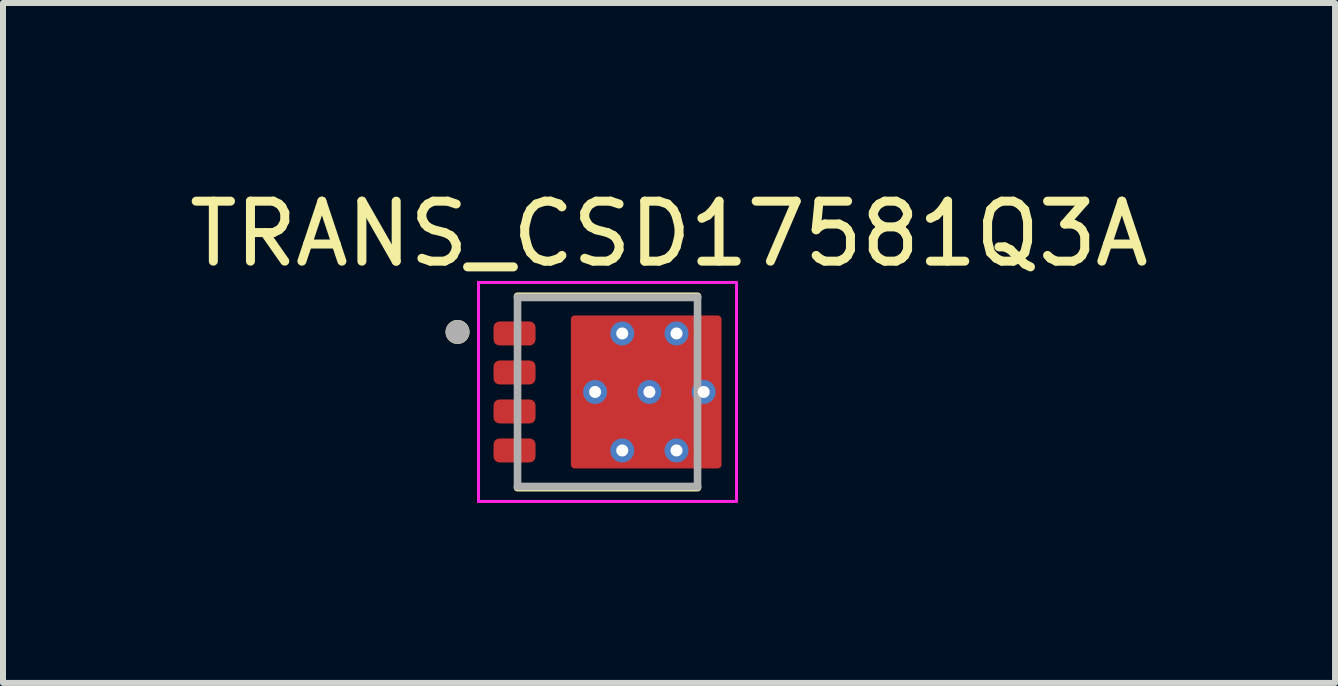
<source format=kicad_pcb>
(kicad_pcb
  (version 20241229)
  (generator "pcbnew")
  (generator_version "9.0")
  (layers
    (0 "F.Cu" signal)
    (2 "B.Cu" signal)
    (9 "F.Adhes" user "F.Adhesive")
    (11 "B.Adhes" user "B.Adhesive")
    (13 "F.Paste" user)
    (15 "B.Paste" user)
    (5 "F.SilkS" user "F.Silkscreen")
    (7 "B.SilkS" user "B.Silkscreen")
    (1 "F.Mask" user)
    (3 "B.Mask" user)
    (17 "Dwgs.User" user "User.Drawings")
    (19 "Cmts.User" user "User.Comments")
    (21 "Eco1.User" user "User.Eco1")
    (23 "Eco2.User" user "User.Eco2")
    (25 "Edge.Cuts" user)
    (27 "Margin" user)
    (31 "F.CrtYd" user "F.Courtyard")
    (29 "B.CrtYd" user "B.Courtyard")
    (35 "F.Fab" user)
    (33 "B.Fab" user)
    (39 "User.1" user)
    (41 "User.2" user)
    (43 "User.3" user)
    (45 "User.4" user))
  (footprint "TRANS_CSD17581Q3A"
    (layer "F.Cu")
    (at 7.076 3.483)
    (property "Reference" "TRANS_CSD17581Q3A" (at 1.025 -2.635 0) (layer "F.SilkS") (effects (font (size 1 1) (thickness 0.15))))
    (attr through_hole)
    (fp_poly (pts (xy -1.8 -1.125) (xy -1.3 -1.125) (xy -1.297 -1.125) (xy -1.295 -1.125) (xy -1.292 -1.124) (xy -1.29 -1.124) (xy -1.287 -1.123) (xy -1.285 -1.123) (xy -1.282 -1.122) (xy -1.28 -1.121) (xy -1.277 -1.12) (xy -1.275 -1.118) (xy -1.273 -1.117) (xy -1.271 -1.115) (xy -1.269 -1.114) (xy -1.267 -1.112) (xy -1.265 -1.11) (xy -1.263 -1.108) (xy -1.261 -1.106) (xy -1.26 -1.104) (xy -1.258 -1.102) (xy -1.257 -1.1) (xy -1.255 -1.098) (xy -1.254 -1.095) (xy -1.253 -1.093) (xy -1.252 -1.09) (xy -1.252 -1.088) (xy -1.251 -1.085) (xy -1.251 -1.083) (xy -1.25 -1.08) (xy -1.25 -1.078) (xy -1.25 -1.075) (xy -1.25 -0.875) (xy -1.25 -0.872) (xy -1.25 -0.87) (xy -1.251 -0.867) (xy -1.251 -0.865) (xy -1.252 -0.862) (xy -1.252 -0.86) (xy -1.253 -0.857) (xy -1.254 -0.855) (xy -1.255 -0.852) (xy -1.257 -0.85) (xy -1.258 -0.848) (xy -1.26 -0.846) (xy -1.261 -0.844) (xy -1.263 -0.842) (xy -1.265 -0.84) (xy -1.267 -0.838) (xy -1.269 -0.836) (xy -1.271 -0.835) (xy -1.273 -0.833) (xy -1.275 -0.832) (xy -1.277 -0.83) (xy -1.28 -0.829) (xy -1.282 -0.828) (xy -1.285 -0.827) (xy -1.287 -0.827) (xy -1.29 -0.826) (xy -1.292 -0.826) (xy -1.295 -0.825) (xy -1.297 -0.825) (xy -1.3 -0.825) (xy -1.8 -0.825) (xy -1.803 -0.825) (xy -1.805 -0.825) (xy -1.808 -0.826) (xy -1.81 -0.826) (xy -1.813 -0.827) (xy -1.815 -0.827) (xy -1.818 -0.828) (xy -1.82 -0.829) (xy -1.823 -0.83) (xy -1.825 -0.832) (xy -1.827 -0.833) (xy -1.829 -0.835) (xy -1.831 -0.836) (xy -1.833 -0.838) (xy -1.835 -0.84) (xy -1.837 -0.842) (xy -1.839 -0.844) (xy -1.84 -0.846) (xy -1.842 -0.848) (xy -1.843 -0.85) (xy -1.845 -0.852) (xy -1.846 -0.855) (xy -1.847 -0.857) (xy -1.848 -0.86) (xy -1.848 -0.862) (xy -1.849 -0.865) (xy -1.849 -0.867) (xy -1.85 -0.87) (xy -1.85 -0.872) (xy -1.85 -0.875) (xy -1.85 -1.075) (xy -1.85 -1.078) (xy -1.85 -1.08) (xy -1.849 -1.083) (xy -1.849 -1.085) (xy -1.848 -1.088) (xy -1.848 -1.09) (xy -1.847 -1.093) (xy -1.846 -1.095) (xy -1.845 -1.098) (xy -1.843 -1.1) (xy -1.842 -1.102) (xy -1.84 -1.104) (xy -1.839 -1.106) (xy -1.837 -1.108) (xy -1.835 -1.11) (xy -1.833 -1.112) (xy -1.831 -1.114) (xy -1.829 -1.115) (xy -1.827 -1.117) (xy -1.825 -1.118) (xy -1.823 -1.12) (xy -1.82 -1.121) (xy -1.818 -1.122) (xy -1.815 -1.123) (xy -1.813 -1.123) (xy -1.81 -1.124) (xy -1.808 -1.124) (xy -1.805 -1.125) (xy -1.803 -1.125) (xy -1.8 -1.125)) (stroke (width 0.01) (type solid)) (fill yes) (layer "F.Mask"))
    (fp_poly (pts (xy -1.8 -0.475) (xy -1.3 -0.475) (xy -1.297 -0.475) (xy -1.295 -0.475) (xy -1.292 -0.474) (xy -1.29 -0.474) (xy -1.287 -0.473) (xy -1.285 -0.473) (xy -1.282 -0.472) (xy -1.28 -0.471) (xy -1.277 -0.47) (xy -1.275 -0.468) (xy -1.273 -0.467) (xy -1.271 -0.465) (xy -1.269 -0.464) (xy -1.267 -0.462) (xy -1.265 -0.46) (xy -1.263 -0.458) (xy -1.261 -0.456) (xy -1.26 -0.454) (xy -1.258 -0.452) (xy -1.257 -0.45) (xy -1.255 -0.448) (xy -1.254 -0.445) (xy -1.253 -0.443) (xy -1.252 -0.44) (xy -1.252 -0.438) (xy -1.251 -0.435) (xy -1.251 -0.433) (xy -1.25 -0.43) (xy -1.25 -0.428) (xy -1.25 -0.425) (xy -1.25 -0.225) (xy -1.25 -0.222) (xy -1.25 -0.22) (xy -1.251 -0.217) (xy -1.251 -0.215) (xy -1.252 -0.212) (xy -1.252 -0.21) (xy -1.253 -0.207) (xy -1.254 -0.205) (xy -1.255 -0.202) (xy -1.257 -0.2) (xy -1.258 -0.198) (xy -1.26 -0.196) (xy -1.261 -0.194) (xy -1.263 -0.192) (xy -1.265 -0.19) (xy -1.267 -0.188) (xy -1.269 -0.186) (xy -1.271 -0.185) (xy -1.273 -0.183) (xy -1.275 -0.182) (xy -1.277 -0.18) (xy -1.28 -0.179) (xy -1.282 -0.178) (xy -1.285 -0.177) (xy -1.287 -0.177) (xy -1.29 -0.176) (xy -1.292 -0.176) (xy -1.295 -0.175) (xy -1.297 -0.175) (xy -1.3 -0.175) (xy -1.8 -0.175) (xy -1.803 -0.175) (xy -1.805 -0.175) (xy -1.808 -0.176) (xy -1.81 -0.176) (xy -1.813 -0.177) (xy -1.815 -0.177) (xy -1.818 -0.178) (xy -1.82 -0.179) (xy -1.823 -0.18) (xy -1.825 -0.182) (xy -1.827 -0.183) (xy -1.829 -0.185) (xy -1.831 -0.186) (xy -1.833 -0.188) (xy -1.835 -0.19) (xy -1.837 -0.192) (xy -1.839 -0.194) (xy -1.84 -0.196) (xy -1.842 -0.198) (xy -1.843 -0.2) (xy -1.845 -0.202) (xy -1.846 -0.205) (xy -1.847 -0.207) (xy -1.848 -0.21) (xy -1.848 -0.212) (xy -1.849 -0.215) (xy -1.849 -0.217) (xy -1.85 -0.22) (xy -1.85 -0.222) (xy -1.85 -0.225) (xy -1.85 -0.425) (xy -1.85 -0.428) (xy -1.85 -0.43) (xy -1.849 -0.433) (xy -1.849 -0.435) (xy -1.848 -0.438) (xy -1.848 -0.44) (xy -1.847 -0.443) (xy -1.846 -0.445) (xy -1.845 -0.448) (xy -1.843 -0.45) (xy -1.842 -0.452) (xy -1.84 -0.454) (xy -1.839 -0.456) (xy -1.837 -0.458) (xy -1.835 -0.46) (xy -1.833 -0.462) (xy -1.831 -0.464) (xy -1.829 -0.465) (xy -1.827 -0.467) (xy -1.825 -0.468) (xy -1.823 -0.47) (xy -1.82 -0.471) (xy -1.818 -0.472) (xy -1.815 -0.473) (xy -1.813 -0.473) (xy -1.81 -0.474) (xy -1.808 -0.474) (xy -1.805 -0.475) (xy -1.803 -0.475) (xy -1.8 -0.475)) (stroke (width 0.01) (type solid)) (fill yes) (layer "F.Mask"))
    (fp_poly (pts (xy -1.8 0.175) (xy -1.3 0.175) (xy -1.297 0.175) (xy -1.295 0.175) (xy -1.292 0.176) (xy -1.29 0.176) (xy -1.287 0.177) (xy -1.285 0.177) (xy -1.282 0.178) (xy -1.28 0.179) (xy -1.277 0.18) (xy -1.275 0.182) (xy -1.273 0.183) (xy -1.271 0.185) (xy -1.269 0.186) (xy -1.267 0.188) (xy -1.265 0.19) (xy -1.263 0.192) (xy -1.261 0.194) (xy -1.26 0.196) (xy -1.258 0.198) (xy -1.257 0.2) (xy -1.255 0.202) (xy -1.254 0.205) (xy -1.253 0.207) (xy -1.252 0.21) (xy -1.252 0.212) (xy -1.251 0.215) (xy -1.251 0.217) (xy -1.25 0.22) (xy -1.25 0.222) (xy -1.25 0.225) (xy -1.25 0.425) (xy -1.25 0.428) (xy -1.25 0.43) (xy -1.251 0.433) (xy -1.251 0.435) (xy -1.252 0.438) (xy -1.252 0.44) (xy -1.253 0.443) (xy -1.254 0.445) (xy -1.255 0.448) (xy -1.257 0.45) (xy -1.258 0.452) (xy -1.26 0.454) (xy -1.261 0.456) (xy -1.263 0.458) (xy -1.265 0.46) (xy -1.267 0.462) (xy -1.269 0.464) (xy -1.271 0.465) (xy -1.273 0.467) (xy -1.275 0.468) (xy -1.277 0.47) (xy -1.28 0.471) (xy -1.282 0.472) (xy -1.285 0.473) (xy -1.287 0.473) (xy -1.29 0.474) (xy -1.292 0.474) (xy -1.295 0.475) (xy -1.297 0.475) (xy -1.3 0.475) (xy -1.8 0.475) (xy -1.803 0.475) (xy -1.805 0.475) (xy -1.808 0.474) (xy -1.81 0.474) (xy -1.813 0.473) (xy -1.815 0.473) (xy -1.818 0.472) (xy -1.82 0.471) (xy -1.823 0.47) (xy -1.825 0.468) (xy -1.827 0.467) (xy -1.829 0.465) (xy -1.831 0.464) (xy -1.833 0.462) (xy -1.835 0.46) (xy -1.837 0.458) (xy -1.839 0.456) (xy -1.84 0.454) (xy -1.842 0.452) (xy -1.843 0.45) (xy -1.845 0.448) (xy -1.846 0.445) (xy -1.847 0.443) (xy -1.848 0.44) (xy -1.848 0.438) (xy -1.849 0.435) (xy -1.849 0.433) (xy -1.85 0.43) (xy -1.85 0.428) (xy -1.85 0.425) (xy -1.85 0.225) (xy -1.85 0.222) (xy -1.85 0.22) (xy -1.849 0.217) (xy -1.849 0.215) (xy -1.848 0.212) (xy -1.848 0.21) (xy -1.847 0.207) (xy -1.846 0.205) (xy -1.845 0.202) (xy -1.843 0.2) (xy -1.842 0.198) (xy -1.84 0.196) (xy -1.839 0.194) (xy -1.837 0.192) (xy -1.835 0.19) (xy -1.833 0.188) (xy -1.831 0.186) (xy -1.829 0.185) (xy -1.827 0.183) (xy -1.825 0.182) (xy -1.823 0.18) (xy -1.82 0.179) (xy -1.818 0.178) (xy -1.815 0.177) (xy -1.813 0.177) (xy -1.81 0.176) (xy -1.808 0.176) (xy -1.805 0.175) (xy -1.803 0.175) (xy -1.8 0.175)) (stroke (width 0.01) (type solid)) (fill yes) (layer "F.Mask"))
    (fp_poly (pts (xy -1.8 0.825) (xy -1.3 0.825) (xy -1.297 0.825) (xy -1.295 0.825) (xy -1.292 0.826) (xy -1.29 0.826) (xy -1.287 0.827) (xy -1.285 0.827) (xy -1.282 0.828) (xy -1.28 0.829) (xy -1.277 0.83) (xy -1.275 0.832) (xy -1.273 0.833) (xy -1.271 0.835) (xy -1.269 0.836) (xy -1.267 0.838) (xy -1.265 0.84) (xy -1.263 0.842) (xy -1.261 0.844) (xy -1.26 0.846) (xy -1.258 0.848) (xy -1.257 0.85) (xy -1.255 0.852) (xy -1.254 0.855) (xy -1.253 0.857) (xy -1.252 0.86) (xy -1.252 0.862) (xy -1.251 0.865) (xy -1.251 0.867) (xy -1.25 0.87) (xy -1.25 0.872) (xy -1.25 0.875) (xy -1.25 1.075) (xy -1.25 1.078) (xy -1.25 1.08) (xy -1.251 1.083) (xy -1.251 1.085) (xy -1.252 1.088) (xy -1.252 1.09) (xy -1.253 1.093) (xy -1.254 1.095) (xy -1.255 1.098) (xy -1.257 1.1) (xy -1.258 1.102) (xy -1.26 1.104) (xy -1.261 1.106) (xy -1.263 1.108) (xy -1.265 1.11) (xy -1.267 1.112) (xy -1.269 1.114) (xy -1.271 1.115) (xy -1.273 1.117) (xy -1.275 1.118) (xy -1.277 1.12) (xy -1.28 1.121) (xy -1.282 1.122) (xy -1.285 1.123) (xy -1.287 1.123) (xy -1.29 1.124) (xy -1.292 1.124) (xy -1.295 1.125) (xy -1.297 1.125) (xy -1.3 1.125) (xy -1.8 1.125) (xy -1.803 1.125) (xy -1.805 1.125) (xy -1.808 1.124) (xy -1.81 1.124) (xy -1.813 1.123) (xy -1.815 1.123) (xy -1.818 1.122) (xy -1.82 1.121) (xy -1.823 1.12) (xy -1.825 1.118) (xy -1.827 1.117) (xy -1.829 1.115) (xy -1.831 1.114) (xy -1.833 1.112) (xy -1.835 1.11) (xy -1.837 1.108) (xy -1.839 1.106) (xy -1.84 1.104) (xy -1.842 1.102) (xy -1.843 1.1) (xy -1.845 1.098) (xy -1.846 1.095) (xy -1.847 1.093) (xy -1.848 1.09) (xy -1.848 1.088) (xy -1.849 1.085) (xy -1.849 1.083) (xy -1.85 1.08) (xy -1.85 1.078) (xy -1.85 1.075) (xy -1.85 0.875) (xy -1.85 0.872) (xy -1.85 0.87) (xy -1.849 0.867) (xy -1.849 0.865) (xy -1.848 0.862) (xy -1.848 0.86) (xy -1.847 0.857) (xy -1.846 0.855) (xy -1.845 0.852) (xy -1.843 0.85) (xy -1.842 0.848) (xy -1.84 0.846) (xy -1.839 0.844) (xy -1.837 0.842) (xy -1.835 0.84) (xy -1.833 0.838) (xy -1.831 0.836) (xy -1.829 0.835) (xy -1.827 0.833) (xy -1.825 0.832) (xy -1.823 0.83) (xy -1.82 0.829) (xy -1.818 0.828) (xy -1.815 0.827) (xy -1.813 0.827) (xy -1.81 0.826) (xy -1.808 0.826) (xy -1.805 0.825) (xy -1.803 0.825) (xy -1.8 0.825)) (stroke (width 0.01) (type solid)) (fill yes) (layer "F.Mask"))
    (fp_poly (pts (xy 1.215 1.125) (xy 1.215 1.175) (xy 1.215 1.178) (xy 1.215 1.18) (xy 1.214 1.183) (xy 1.214 1.185) (xy 1.213 1.188) (xy 1.213 1.19) (xy 1.212 1.193) (xy 1.211 1.195) (xy 1.21 1.198) (xy 1.208 1.2) (xy 1.207 1.202) (xy 1.205 1.204) (xy 1.204 1.206) (xy 1.202 1.208) (xy 1.2 1.21) (xy 1.198 1.212) (xy 1.196 1.214) (xy 1.194 1.215) (xy 1.192 1.217) (xy 1.19 1.218) (xy 1.188 1.22) (xy 1.185 1.221) (xy 1.183 1.222) (xy 1.18 1.223) (xy 1.178 1.223) (xy 1.175 1.224) (xy 1.173 1.224) (xy 1.17 1.225) (xy 1.168 1.225) (xy 1.165 1.225) (xy -0.51 1.225) (xy -0.513 1.225) (xy -0.515 1.225) (xy -0.518 1.224) (xy -0.52 1.224) (xy -0.523 1.223) (xy -0.525 1.223) (xy -0.528 1.222) (xy -0.53 1.221) (xy -0.533 1.22) (xy -0.535 1.218) (xy -0.537 1.217) (xy -0.539 1.215) (xy -0.541 1.214) (xy -0.543 1.212) (xy -0.545 1.21) (xy -0.547 1.208) (xy -0.549 1.206) (xy -0.55 1.204) (xy -0.552 1.202) (xy -0.553 1.2) (xy -0.555 1.198) (xy -0.556 1.195) (xy -0.557 1.193) (xy -0.558 1.19) (xy -0.558 1.188) (xy -0.559 1.185) (xy -0.559 1.183) (xy -0.56 1.18) (xy -0.56 1.178) (xy -0.56 1.175) (xy -0.56 -1.175) (xy -0.56 -1.178) (xy -0.56 -1.18) (xy -0.559 -1.183) (xy -0.559 -1.185) (xy -0.558 -1.188) (xy -0.558 -1.19) (xy -0.557 -1.193) (xy -0.556 -1.195) (xy -0.555 -1.198) (xy -0.553 -1.2) (xy -0.552 -1.202) (xy -0.55 -1.204) (xy -0.549 -1.206) (xy -0.547 -1.208) (xy -0.545 -1.21) (xy -0.543 -1.212) (xy -0.541 -1.214) (xy -0.539 -1.215) (xy -0.537 -1.217) (xy -0.535 -1.218) (xy -0.533 -1.22) (xy -0.53 -1.221) (xy -0.528 -1.222) (xy -0.525 -1.223) (xy -0.523 -1.223) (xy -0.52 -1.224) (xy -0.518 -1.224) (xy -0.515 -1.225) (xy -0.513 -1.225) (xy -0.51 -1.225) (xy 1.165 -1.225) (xy 1.168 -1.225) (xy 1.17 -1.225) (xy 1.173 -1.224) (xy 1.175 -1.224) (xy 1.178 -1.223) (xy 1.18 -1.223) (xy 1.183 -1.222) (xy 1.185 -1.221) (xy 1.188 -1.22) (xy 1.19 -1.218) (xy 1.192 -1.217) (xy 1.194 -1.215) (xy 1.196 -1.214) (xy 1.198 -1.212) (xy 1.2 -1.21) (xy 1.202 -1.208) (xy 1.204 -1.206) (xy 1.205 -1.204) (xy 1.207 -1.202) (xy 1.208 -1.2) (xy 1.21 -1.198) (xy 1.211 -1.195) (xy 1.212 -1.193) (xy 1.213 -1.19) (xy 1.213 -1.188) (xy 1.214 -1.185) (xy 1.214 -1.183) (xy 1.215 -1.18) (xy 1.215 -1.178) (xy 1.215 -1.175) (xy 1.215 -1.125) (xy 1.8 -1.125) (xy 1.803 -1.125) (xy 1.805 -1.125) (xy 1.808 -1.124) (xy 1.81 -1.124) (xy 1.813 -1.123) (xy 1.815 -1.123) (xy 1.818 -1.122) (xy 1.82 -1.121) (xy 1.823 -1.12) (xy 1.825 -1.118) (xy 1.827 -1.117) (xy 1.829 -1.115) (xy 1.831 -1.114) (xy 1.833 -1.112) (xy 1.835 -1.11) (xy 1.837 -1.108) (xy 1.839 -1.106) (xy 1.84 -1.104) (xy 1.842 -1.102) (xy 1.843 -1.1) (xy 1.845 -1.098) (xy 1.846 -1.095) (xy 1.847 -1.093) (xy 1.848 -1.09) (xy 1.848 -1.088) (xy 1.849 -1.085) (xy 1.849 -1.083) (xy 1.85 -1.08) (xy 1.85 -1.078) (xy 1.85 -1.075) (xy 1.85 -0.875) (xy 1.85 -0.872) (xy 1.85 -0.87) (xy 1.849 -0.867) (xy 1.849 -0.865) (xy 1.848 -0.862) (xy 1.848 -0.86) (xy 1.847 -0.857) (xy 1.846 -0.855) (xy 1.845 -0.852) (xy 1.843 -0.85) (xy 1.842 -0.848) (xy 1.84 -0.846) (xy 1.839 -0.844) (xy 1.837 -0.842) (xy 1.835 -0.84) (xy 1.833 -0.838) (xy 1.831 -0.836) (xy 1.829 -0.835) (xy 1.827 -0.833) (xy 1.825 -0.832) (xy 1.823 -0.83) (xy 1.82 -0.829) (xy 1.818 -0.828) (xy 1.815 -0.827) (xy 1.813 -0.827) (xy 1.81 -0.826) (xy 1.808 -0.826) (xy 1.805 -0.825) (xy 1.803 -0.825) (xy 1.8 -0.825) (xy 1.215 -0.825) (xy 1.215 -0.475) (xy 1.8 -0.475) (xy 1.803 -0.475) (xy 1.805 -0.475) (xy 1.808 -0.474) (xy 1.81 -0.474) (xy 1.813 -0.473) (xy 1.815 -0.473) (xy 1.818 -0.472) (xy 1.82 -0.471) (xy 1.823 -0.47) (xy 1.825 -0.468) (xy 1.827 -0.467) (xy 1.829 -0.465) (xy 1.831 -0.464) (xy 1.833 -0.462) (xy 1.835 -0.46) (xy 1.837 -0.458) (xy 1.839 -0.456) (xy 1.84 -0.454) (xy 1.842 -0.452) (xy 1.843 -0.45) (xy 1.845 -0.448) (xy 1.846 -0.445) (xy 1.847 -0.443) (xy 1.848 -0.44) (xy 1.848 -0.438) (xy 1.849 -0.435) (xy 1.849 -0.433) (xy 1.85 -0.43) (xy 1.85 -0.428) (xy 1.85 -0.425) (xy 1.85 -0.225) (xy 1.85 -0.222) (xy 1.85 -0.22) (xy 1.849 -0.217) (xy 1.849 -0.215) (xy 1.848 -0.212) (xy 1.848 -0.21) (xy 1.847 -0.207) (xy 1.846 -0.205) (xy 1.845 -0.202) (xy 1.843 -0.2) (xy 1.842 -0.198) (xy 1.84 -0.196) (xy 1.839 -0.194) (xy 1.837 -0.192) (xy 1.835 -0.19) (xy 1.833 -0.188) (xy 1.831 -0.186) (xy 1.829 -0.185) (xy 1.827 -0.183) (xy 1.825 -0.182) (xy 1.823 -0.18) (xy 1.82 -0.179) (xy 1.818 -0.178) (xy 1.815 -0.177) (xy 1.813 -0.177) (xy 1.81 -0.176) (xy 1.808 -0.176) (xy 1.805 -0.175) (xy 1.803 -0.175) (xy 1.8 -0.175) (xy 1.215 -0.175) (xy 1.215 0.175) (xy 1.8 0.175) (xy 1.803 0.175) (xy 1.805 0.175) (xy 1.808 0.176) (xy 1.81 0.176) (xy 1.813 0.177) (xy 1.815 0.177) (xy 1.818 0.178) (xy 1.82 0.179) (xy 1.823 0.18) (xy 1.825 0.182) (xy 1.827 0.183) (xy 1.829 0.185) (xy 1.831 0.186) (xy 1.833 0.188) (xy 1.835 0.19) (xy 1.837 0.192) (xy 1.839 0.194) (xy 1.84 0.196) (xy 1.842 0.198) (xy 1.843 0.2) (xy 1.845 0.202) (xy 1.846 0.205) (xy 1.847 0.207) (xy 1.848 0.21) (xy 1.848 0.212) (xy 1.849 0.215) (xy 1.849 0.217) (xy 1.85 0.22) (xy 1.85 0.222) (xy 1.85 0.225) (xy 1.85 0.425) (xy 1.85 0.428) (xy 1.85 0.43) (xy 1.849 0.433) (xy 1.849 0.435) (xy 1.848 0.438) (xy 1.848 0.44) (xy 1.847 0.443) (xy 1.846 0.445) (xy 1.845 0.448) (xy 1.843 0.45) (xy 1.842 0.452) (xy 1.84 0.454) (xy 1.839 0.456) (xy 1.837 0.458) (xy 1.835 0.46) (xy 1.833 0.462) (xy 1.831 0.464) (xy 1.829 0.465) (xy 1.827 0.467) (xy 1.825 0.468) (xy 1.823 0.47) (xy 1.82 0.471) (xy 1.818 0.472) (xy 1.815 0.473) (xy 1.813 0.473) (xy 1.81 0.474) (xy 1.808 0.474) (xy 1.805 0.475) (xy 1.803 0.475) (xy 1.8 0.475) (xy 1.215 0.475) (xy 1.215 0.825) (xy 1.8 0.825) (xy 1.803 0.825) (xy 1.805 0.825) (xy 1.808 0.826) (xy 1.81 0.826) (xy 1.813 0.827) (xy 1.815 0.827) (xy 1.818 0.828) (xy 1.82 0.829) (xy 1.823 0.83) (xy 1.825 0.832) (xy 1.827 0.833) (xy 1.829 0.835) (xy 1.831 0.836) (xy 1.833 0.838) (xy 1.835 0.84) (xy 1.837 0.842) (xy 1.839 0.844) (xy 1.84 0.846) (xy 1.842 0.848) (xy 1.843 0.85) (xy 1.845 0.852) (xy 1.846 0.855) (xy 1.847 0.857) (xy 1.848 0.86) (xy 1.848 0.862) (xy 1.849 0.865) (xy 1.849 0.867) (xy 1.85 0.87) (xy 1.85 0.872) (xy 1.85 0.875) (xy 1.85 1.075) (xy 1.85 1.078) (xy 1.85 1.08) (xy 1.849 1.083) (xy 1.849 1.085) (xy 1.848 1.088) (xy 1.848 1.09) (xy 1.847 1.093) (xy 1.846 1.095) (xy 1.845 1.098) (xy 1.843 1.1) (xy 1.842 1.102) (xy 1.84 1.104) (xy 1.839 1.106) (xy 1.837 1.108) (xy 1.835 1.11) (xy 1.833 1.112) (xy 1.831 1.114) (xy 1.829 1.115) (xy 1.827 1.117) (xy 1.825 1.118) (xy 1.823 1.12) (xy 1.82 1.121) (xy 1.818 1.122) (xy 1.815 1.123) (xy 1.813 1.123) (xy 1.81 1.124) (xy 1.808 1.124) (xy 1.805 1.125) (xy 1.803 1.125) (xy 1.8 1.125) (xy 1.215 1.125)) (stroke (width 0.01) (type solid)) (fill yes) (layer "F.Mask"))
    (fp_line (start -1.5 -1.595) (end 1.5 -1.595) (stroke (width 0.127) (type solid)) (layer "F.SilkS"))
    (fp_line (start 1.5 1.595) (end -1.5 1.595) (stroke (width 0.127) (type solid)) (layer "F.SilkS"))
    (fp_circle (center -2.5 -1) (end -2.4 -1) (stroke (width 0.2) (type solid)) (fill no) (layer "F.SilkS"))
    (fp_poly (pts (xy -1.8 -1.125) (xy -1.3 -1.125) (xy -1.297 -1.125) (xy -1.295 -1.125) (xy -1.292 -1.124) (xy -1.29 -1.124) (xy -1.287 -1.123) (xy -1.285 -1.123) (xy -1.282 -1.122) (xy -1.28 -1.121) (xy -1.277 -1.12) (xy -1.275 -1.118) (xy -1.273 -1.117) (xy -1.271 -1.115) (xy -1.269 -1.114) (xy -1.267 -1.112) (xy -1.265 -1.11) (xy -1.263 -1.108) (xy -1.261 -1.106) (xy -1.26 -1.104) (xy -1.258 -1.102) (xy -1.257 -1.1) (xy -1.255 -1.098) (xy -1.254 -1.095) (xy -1.253 -1.093) (xy -1.252 -1.09) (xy -1.252 -1.088) (xy -1.251 -1.085) (xy -1.251 -1.083) (xy -1.25 -1.08) (xy -1.25 -1.078) (xy -1.25 -1.075) (xy -1.25 -0.875) (xy -1.25 -0.872) (xy -1.25 -0.87) (xy -1.251 -0.867) (xy -1.251 -0.865) (xy -1.252 -0.862) (xy -1.252 -0.86) (xy -1.253 -0.857) (xy -1.254 -0.855) (xy -1.255 -0.852) (xy -1.257 -0.85) (xy -1.258 -0.848) (xy -1.26 -0.846) (xy -1.261 -0.844) (xy -1.263 -0.842) (xy -1.265 -0.84) (xy -1.267 -0.838) (xy -1.269 -0.836) (xy -1.271 -0.835) (xy -1.273 -0.833) (xy -1.275 -0.832) (xy -1.277 -0.83) (xy -1.28 -0.829) (xy -1.282 -0.828) (xy -1.285 -0.827) (xy -1.287 -0.827) (xy -1.29 -0.826) (xy -1.292 -0.826) (xy -1.295 -0.825) (xy -1.297 -0.825) (xy -1.3 -0.825) (xy -1.8 -0.825) (xy -1.803 -0.825) (xy -1.805 -0.825) (xy -1.808 -0.826) (xy -1.81 -0.826) (xy -1.813 -0.827) (xy -1.815 -0.827) (xy -1.818 -0.828) (xy -1.82 -0.829) (xy -1.823 -0.83) (xy -1.825 -0.832) (xy -1.827 -0.833) (xy -1.829 -0.835) (xy -1.831 -0.836) (xy -1.833 -0.838) (xy -1.835 -0.84) (xy -1.837 -0.842) (xy -1.839 -0.844) (xy -1.84 -0.846) (xy -1.842 -0.848) (xy -1.843 -0.85) (xy -1.845 -0.852) (xy -1.846 -0.855) (xy -1.847 -0.857) (xy -1.848 -0.86) (xy -1.848 -0.862) (xy -1.849 -0.865) (xy -1.849 -0.867) (xy -1.85 -0.87) (xy -1.85 -0.872) (xy -1.85 -0.875) (xy -1.85 -1.075) (xy -1.85 -1.078) (xy -1.85 -1.08) (xy -1.849 -1.083) (xy -1.849 -1.085) (xy -1.848 -1.088) (xy -1.848 -1.09) (xy -1.847 -1.093) (xy -1.846 -1.095) (xy -1.845 -1.098) (xy -1.843 -1.1) (xy -1.842 -1.102) (xy -1.84 -1.104) (xy -1.839 -1.106) (xy -1.837 -1.108) (xy -1.835 -1.11) (xy -1.833 -1.112) (xy -1.831 -1.114) (xy -1.829 -1.115) (xy -1.827 -1.117) (xy -1.825 -1.118) (xy -1.823 -1.12) (xy -1.82 -1.121) (xy -1.818 -1.122) (xy -1.815 -1.123) (xy -1.813 -1.123) (xy -1.81 -1.124) (xy -1.808 -1.124) (xy -1.805 -1.125) (xy -1.803 -1.125) (xy -1.8 -1.125)) (stroke (width 0.01) (type solid)) (fill yes) (layer "F.Paste"))
    (fp_poly (pts (xy -1.8 -0.475) (xy -1.3 -0.475) (xy -1.297 -0.475) (xy -1.295 -0.475) (xy -1.292 -0.474) (xy -1.29 -0.474) (xy -1.287 -0.473) (xy -1.285 -0.473) (xy -1.282 -0.472) (xy -1.28 -0.471) (xy -1.277 -0.47) (xy -1.275 -0.468) (xy -1.273 -0.467) (xy -1.271 -0.465) (xy -1.269 -0.464) (xy -1.267 -0.462) (xy -1.265 -0.46) (xy -1.263 -0.458) (xy -1.261 -0.456) (xy -1.26 -0.454) (xy -1.258 -0.452) (xy -1.257 -0.45) (xy -1.255 -0.448) (xy -1.254 -0.445) (xy -1.253 -0.443) (xy -1.252 -0.44) (xy -1.252 -0.438) (xy -1.251 -0.435) (xy -1.251 -0.433) (xy -1.25 -0.43) (xy -1.25 -0.428) (xy -1.25 -0.425) (xy -1.25 -0.225) (xy -1.25 -0.222) (xy -1.25 -0.22) (xy -1.251 -0.217) (xy -1.251 -0.215) (xy -1.252 -0.212) (xy -1.252 -0.21) (xy -1.253 -0.207) (xy -1.254 -0.205) (xy -1.255 -0.202) (xy -1.257 -0.2) (xy -1.258 -0.198) (xy -1.26 -0.196) (xy -1.261 -0.194) (xy -1.263 -0.192) (xy -1.265 -0.19) (xy -1.267 -0.188) (xy -1.269 -0.186) (xy -1.271 -0.185) (xy -1.273 -0.183) (xy -1.275 -0.182) (xy -1.277 -0.18) (xy -1.28 -0.179) (xy -1.282 -0.178) (xy -1.285 -0.177) (xy -1.287 -0.177) (xy -1.29 -0.176) (xy -1.292 -0.176) (xy -1.295 -0.175) (xy -1.297 -0.175) (xy -1.3 -0.175) (xy -1.8 -0.175) (xy -1.803 -0.175) (xy -1.805 -0.175) (xy -1.808 -0.176) (xy -1.81 -0.176) (xy -1.813 -0.177) (xy -1.815 -0.177) (xy -1.818 -0.178) (xy -1.82 -0.179) (xy -1.823 -0.18) (xy -1.825 -0.182) (xy -1.827 -0.183) (xy -1.829 -0.185) (xy -1.831 -0.186) (xy -1.833 -0.188) (xy -1.835 -0.19) (xy -1.837 -0.192) (xy -1.839 -0.194) (xy -1.84 -0.196) (xy -1.842 -0.198) (xy -1.843 -0.2) (xy -1.845 -0.202) (xy -1.846 -0.205) (xy -1.847 -0.207) (xy -1.848 -0.21) (xy -1.848 -0.212) (xy -1.849 -0.215) (xy -1.849 -0.217) (xy -1.85 -0.22) (xy -1.85 -0.222) (xy -1.85 -0.225) (xy -1.85 -0.425) (xy -1.85 -0.428) (xy -1.85 -0.43) (xy -1.849 -0.433) (xy -1.849 -0.435) (xy -1.848 -0.438) (xy -1.848 -0.44) (xy -1.847 -0.443) (xy -1.846 -0.445) (xy -1.845 -0.448) (xy -1.843 -0.45) (xy -1.842 -0.452) (xy -1.84 -0.454) (xy -1.839 -0.456) (xy -1.837 -0.458) (xy -1.835 -0.46) (xy -1.833 -0.462) (xy -1.831 -0.464) (xy -1.829 -0.465) (xy -1.827 -0.467) (xy -1.825 -0.468) (xy -1.823 -0.47) (xy -1.82 -0.471) (xy -1.818 -0.472) (xy -1.815 -0.473) (xy -1.813 -0.473) (xy -1.81 -0.474) (xy -1.808 -0.474) (xy -1.805 -0.475) (xy -1.803 -0.475) (xy -1.8 -0.475)) (stroke (width 0.01) (type solid)) (fill yes) (layer "F.Paste"))
    (fp_poly (pts (xy -1.8 0.175) (xy -1.3 0.175) (xy -1.297 0.175) (xy -1.295 0.175) (xy -1.292 0.176) (xy -1.29 0.176) (xy -1.287 0.177) (xy -1.285 0.177) (xy -1.282 0.178) (xy -1.28 0.179) (xy -1.277 0.18) (xy -1.275 0.182) (xy -1.273 0.183) (xy -1.271 0.185) (xy -1.269 0.186) (xy -1.267 0.188) (xy -1.265 0.19) (xy -1.263 0.192) (xy -1.261 0.194) (xy -1.26 0.196) (xy -1.258 0.198) (xy -1.257 0.2) (xy -1.255 0.202) (xy -1.254 0.205) (xy -1.253 0.207) (xy -1.252 0.21) (xy -1.252 0.212) (xy -1.251 0.215) (xy -1.251 0.217) (xy -1.25 0.22) (xy -1.25 0.222) (xy -1.25 0.225) (xy -1.25 0.425) (xy -1.25 0.428) (xy -1.25 0.43) (xy -1.251 0.433) (xy -1.251 0.435) (xy -1.252 0.438) (xy -1.252 0.44) (xy -1.253 0.443) (xy -1.254 0.445) (xy -1.255 0.448) (xy -1.257 0.45) (xy -1.258 0.452) (xy -1.26 0.454) (xy -1.261 0.456) (xy -1.263 0.458) (xy -1.265 0.46) (xy -1.267 0.462) (xy -1.269 0.464) (xy -1.271 0.465) (xy -1.273 0.467) (xy -1.275 0.468) (xy -1.277 0.47) (xy -1.28 0.471) (xy -1.282 0.472) (xy -1.285 0.473) (xy -1.287 0.473) (xy -1.29 0.474) (xy -1.292 0.474) (xy -1.295 0.475) (xy -1.297 0.475) (xy -1.3 0.475) (xy -1.8 0.475) (xy -1.803 0.475) (xy -1.805 0.475) (xy -1.808 0.474) (xy -1.81 0.474) (xy -1.813 0.473) (xy -1.815 0.473) (xy -1.818 0.472) (xy -1.82 0.471) (xy -1.823 0.47) (xy -1.825 0.468) (xy -1.827 0.467) (xy -1.829 0.465) (xy -1.831 0.464) (xy -1.833 0.462) (xy -1.835 0.46) (xy -1.837 0.458) (xy -1.839 0.456) (xy -1.84 0.454) (xy -1.842 0.452) (xy -1.843 0.45) (xy -1.845 0.448) (xy -1.846 0.445) (xy -1.847 0.443) (xy -1.848 0.44) (xy -1.848 0.438) (xy -1.849 0.435) (xy -1.849 0.433) (xy -1.85 0.43) (xy -1.85 0.428) (xy -1.85 0.425) (xy -1.85 0.225) (xy -1.85 0.222) (xy -1.85 0.22) (xy -1.849 0.217) (xy -1.849 0.215) (xy -1.848 0.212) (xy -1.848 0.21) (xy -1.847 0.207) (xy -1.846 0.205) (xy -1.845 0.202) (xy -1.843 0.2) (xy -1.842 0.198) (xy -1.84 0.196) (xy -1.839 0.194) (xy -1.837 0.192) (xy -1.835 0.19) (xy -1.833 0.188) (xy -1.831 0.186) (xy -1.829 0.185) (xy -1.827 0.183) (xy -1.825 0.182) (xy -1.823 0.18) (xy -1.82 0.179) (xy -1.818 0.178) (xy -1.815 0.177) (xy -1.813 0.177) (xy -1.81 0.176) (xy -1.808 0.176) (xy -1.805 0.175) (xy -1.803 0.175) (xy -1.8 0.175)) (stroke (width 0.01) (type solid)) (fill yes) (layer "F.Paste"))
    (fp_poly (pts (xy -1.8 0.825) (xy -1.3 0.825) (xy -1.297 0.825) (xy -1.295 0.825) (xy -1.292 0.826) (xy -1.29 0.826) (xy -1.287 0.827) (xy -1.285 0.827) (xy -1.282 0.828) (xy -1.28 0.829) (xy -1.277 0.83) (xy -1.275 0.832) (xy -1.273 0.833) (xy -1.271 0.835) (xy -1.269 0.836) (xy -1.267 0.838) (xy -1.265 0.84) (xy -1.263 0.842) (xy -1.261 0.844) (xy -1.26 0.846) (xy -1.258 0.848) (xy -1.257 0.85) (xy -1.255 0.852) (xy -1.254 0.855) (xy -1.253 0.857) (xy -1.252 0.86) (xy -1.252 0.862) (xy -1.251 0.865) (xy -1.251 0.867) (xy -1.25 0.87) (xy -1.25 0.872) (xy -1.25 0.875) (xy -1.25 1.075) (xy -1.25 1.078) (xy -1.25 1.08) (xy -1.251 1.083) (xy -1.251 1.085) (xy -1.252 1.088) (xy -1.252 1.09) (xy -1.253 1.093) (xy -1.254 1.095) (xy -1.255 1.098) (xy -1.257 1.1) (xy -1.258 1.102) (xy -1.26 1.104) (xy -1.261 1.106) (xy -1.263 1.108) (xy -1.265 1.11) (xy -1.267 1.112) (xy -1.269 1.114) (xy -1.271 1.115) (xy -1.273 1.117) (xy -1.275 1.118) (xy -1.277 1.12) (xy -1.28 1.121) (xy -1.282 1.122) (xy -1.285 1.123) (xy -1.287 1.123) (xy -1.29 1.124) (xy -1.292 1.124) (xy -1.295 1.125) (xy -1.297 1.125) (xy -1.3 1.125) (xy -1.8 1.125) (xy -1.803 1.125) (xy -1.805 1.125) (xy -1.808 1.124) (xy -1.81 1.124) (xy -1.813 1.123) (xy -1.815 1.123) (xy -1.818 1.122) (xy -1.82 1.121) (xy -1.823 1.12) (xy -1.825 1.118) (xy -1.827 1.117) (xy -1.829 1.115) (xy -1.831 1.114) (xy -1.833 1.112) (xy -1.835 1.11) (xy -1.837 1.108) (xy -1.839 1.106) (xy -1.84 1.104) (xy -1.842 1.102) (xy -1.843 1.1) (xy -1.845 1.098) (xy -1.846 1.095) (xy -1.847 1.093) (xy -1.848 1.09) (xy -1.848 1.088) (xy -1.849 1.085) (xy -1.849 1.083) (xy -1.85 1.08) (xy -1.85 1.078) (xy -1.85 1.075) (xy -1.85 0.875) (xy -1.85 0.872) (xy -1.85 0.87) (xy -1.849 0.867) (xy -1.849 0.865) (xy -1.848 0.862) (xy -1.848 0.86) (xy -1.847 0.857) (xy -1.846 0.855) (xy -1.845 0.852) (xy -1.843 0.85) (xy -1.842 0.848) (xy -1.84 0.846) (xy -1.839 0.844) (xy -1.837 0.842) (xy -1.835 0.84) (xy -1.833 0.838) (xy -1.831 0.836) (xy -1.829 0.835) (xy -1.827 0.833) (xy -1.825 0.832) (xy -1.823 0.83) (xy -1.82 0.829) (xy -1.818 0.828) (xy -1.815 0.827) (xy -1.813 0.827) (xy -1.81 0.826) (xy -1.808 0.826) (xy -1.805 0.825) (xy -1.803 0.825) (xy -1.8 0.825)) (stroke (width 0.01) (type solid)) (fill yes) (layer "F.Paste"))
    (fp_poly (pts (xy 1.3 -1.125) (xy 1.8 -1.125) (xy 1.803 -1.125) (xy 1.805 -1.125) (xy 1.808 -1.124) (xy 1.81 -1.124) (xy 1.813 -1.123) (xy 1.815 -1.123) (xy 1.818 -1.122) (xy 1.82 -1.121) (xy 1.823 -1.12) (xy 1.825 -1.118) (xy 1.827 -1.117) (xy 1.829 -1.115) (xy 1.831 -1.114) (xy 1.833 -1.112) (xy 1.835 -1.11) (xy 1.837 -1.108) (xy 1.839 -1.106) (xy 1.84 -1.104) (xy 1.842 -1.102) (xy 1.843 -1.1) (xy 1.845 -1.098) (xy 1.846 -1.095) (xy 1.847 -1.093) (xy 1.848 -1.09) (xy 1.848 -1.088) (xy 1.849 -1.085) (xy 1.849 -1.083) (xy 1.85 -1.08) (xy 1.85 -1.078) (xy 1.85 -1.075) (xy 1.85 -0.875) (xy 1.85 -0.872) (xy 1.85 -0.87) (xy 1.849 -0.867) (xy 1.849 -0.865) (xy 1.848 -0.862) (xy 1.848 -0.86) (xy 1.847 -0.857) (xy 1.846 -0.855) (xy 1.845 -0.852) (xy 1.843 -0.85) (xy 1.842 -0.848) (xy 1.84 -0.846) (xy 1.839 -0.844) (xy 1.837 -0.842) (xy 1.835 -0.84) (xy 1.833 -0.838) (xy 1.831 -0.836) (xy 1.829 -0.835) (xy 1.827 -0.833) (xy 1.825 -0.832) (xy 1.823 -0.83) (xy 1.82 -0.829) (xy 1.818 -0.828) (xy 1.815 -0.827) (xy 1.813 -0.827) (xy 1.81 -0.826) (xy 1.808 -0.826) (xy 1.805 -0.825) (xy 1.803 -0.825) (xy 1.8 -0.825) (xy 1.3 -0.825) (xy 1.297 -0.825) (xy 1.295 -0.825) (xy 1.292 -0.826) (xy 1.29 -0.826) (xy 1.287 -0.827) (xy 1.285 -0.827) (xy 1.282 -0.828) (xy 1.28 -0.829) (xy 1.277 -0.83) (xy 1.275 -0.832) (xy 1.273 -0.833) (xy 1.271 -0.835) (xy 1.269 -0.836) (xy 1.267 -0.838) (xy 1.265 -0.84) (xy 1.263 -0.842) (xy 1.261 -0.844) (xy 1.26 -0.846) (xy 1.258 -0.848) (xy 1.257 -0.85) (xy 1.255 -0.852) (xy 1.254 -0.855) (xy 1.253 -0.857) (xy 1.252 -0.86) (xy 1.252 -0.862) (xy 1.251 -0.865) (xy 1.251 -0.867) (xy 1.25 -0.87) (xy 1.25 -0.872) (xy 1.25 -0.875) (xy 1.25 -1.075) (xy 1.25 -1.078) (xy 1.25 -1.08) (xy 1.251 -1.083) (xy 1.251 -1.085) (xy 1.252 -1.088) (xy 1.252 -1.09) (xy 1.253 -1.093) (xy 1.254 -1.095) (xy 1.255 -1.098) (xy 1.257 -1.1) (xy 1.258 -1.102) (xy 1.26 -1.104) (xy 1.261 -1.106) (xy 1.263 -1.108) (xy 1.265 -1.11) (xy 1.267 -1.112) (xy 1.269 -1.114) (xy 1.271 -1.115) (xy 1.273 -1.117) (xy 1.275 -1.118) (xy 1.277 -1.12) (xy 1.28 -1.121) (xy 1.282 -1.122) (xy 1.285 -1.123) (xy 1.287 -1.123) (xy 1.29 -1.124) (xy 1.292 -1.124) (xy 1.295 -1.125) (xy 1.297 -1.125) (xy 1.3 -1.125)) (stroke (width 0.01) (type solid)) (fill yes) (layer "F.Paste"))
    (fp_poly (pts (xy 1.3 -0.475) (xy 1.8 -0.475) (xy 1.803 -0.475) (xy 1.805 -0.475) (xy 1.808 -0.474) (xy 1.81 -0.474) (xy 1.813 -0.473) (xy 1.815 -0.473) (xy 1.818 -0.472) (xy 1.82 -0.471) (xy 1.823 -0.47) (xy 1.825 -0.468) (xy 1.827 -0.467) (xy 1.829 -0.465) (xy 1.831 -0.464) (xy 1.833 -0.462) (xy 1.835 -0.46) (xy 1.837 -0.458) (xy 1.839 -0.456) (xy 1.84 -0.454) (xy 1.842 -0.452) (xy 1.843 -0.45) (xy 1.845 -0.448) (xy 1.846 -0.445) (xy 1.847 -0.443) (xy 1.848 -0.44) (xy 1.848 -0.438) (xy 1.849 -0.435) (xy 1.849 -0.433) (xy 1.85 -0.43) (xy 1.85 -0.428) (xy 1.85 -0.425) (xy 1.85 -0.225) (xy 1.85 -0.222) (xy 1.85 -0.22) (xy 1.849 -0.217) (xy 1.849 -0.215) (xy 1.848 -0.212) (xy 1.848 -0.21) (xy 1.847 -0.207) (xy 1.846 -0.205) (xy 1.845 -0.202) (xy 1.843 -0.2) (xy 1.842 -0.198) (xy 1.84 -0.196) (xy 1.839 -0.194) (xy 1.837 -0.192) (xy 1.835 -0.19) (xy 1.833 -0.188) (xy 1.831 -0.186) (xy 1.829 -0.185) (xy 1.827 -0.183) (xy 1.825 -0.182) (xy 1.823 -0.18) (xy 1.82 -0.179) (xy 1.818 -0.178) (xy 1.815 -0.177) (xy 1.813 -0.177) (xy 1.81 -0.176) (xy 1.808 -0.176) (xy 1.805 -0.175) (xy 1.803 -0.175) (xy 1.8 -0.175) (xy 1.3 -0.175) (xy 1.297 -0.175) (xy 1.295 -0.175) (xy 1.292 -0.176) (xy 1.29 -0.176) (xy 1.287 -0.177) (xy 1.285 -0.177) (xy 1.282 -0.178) (xy 1.28 -0.179) (xy 1.277 -0.18) (xy 1.275 -0.182) (xy 1.273 -0.183) (xy 1.271 -0.185) (xy 1.269 -0.186) (xy 1.267 -0.188) (xy 1.265 -0.19) (xy 1.263 -0.192) (xy 1.261 -0.194) (xy 1.26 -0.196) (xy 1.258 -0.198) (xy 1.257 -0.2) (xy 1.255 -0.202) (xy 1.254 -0.205) (xy 1.253 -0.207) (xy 1.252 -0.21) (xy 1.252 -0.212) (xy 1.251 -0.215) (xy 1.251 -0.217) (xy 1.25 -0.22) (xy 1.25 -0.222) (xy 1.25 -0.225) (xy 1.25 -0.425) (xy 1.25 -0.428) (xy 1.25 -0.43) (xy 1.251 -0.433) (xy 1.251 -0.435) (xy 1.252 -0.438) (xy 1.252 -0.44) (xy 1.253 -0.443) (xy 1.254 -0.445) (xy 1.255 -0.448) (xy 1.257 -0.45) (xy 1.258 -0.452) (xy 1.26 -0.454) (xy 1.261 -0.456) (xy 1.263 -0.458) (xy 1.265 -0.46) (xy 1.267 -0.462) (xy 1.269 -0.464) (xy 1.271 -0.465) (xy 1.273 -0.467) (xy 1.275 -0.468) (xy 1.277 -0.47) (xy 1.28 -0.471) (xy 1.282 -0.472) (xy 1.285 -0.473) (xy 1.287 -0.473) (xy 1.29 -0.474) (xy 1.292 -0.474) (xy 1.295 -0.475) (xy 1.297 -0.475) (xy 1.3 -0.475)) (stroke (width 0.01) (type solid)) (fill yes) (layer "F.Paste"))
    (fp_poly (pts (xy 1.3 0.175) (xy 1.8 0.175) (xy 1.803 0.175) (xy 1.805 0.175) (xy 1.808 0.176) (xy 1.81 0.176) (xy 1.813 0.177) (xy 1.815 0.177) (xy 1.818 0.178) (xy 1.82 0.179) (xy 1.823 0.18) (xy 1.825 0.182) (xy 1.827 0.183) (xy 1.829 0.185) (xy 1.831 0.186) (xy 1.833 0.188) (xy 1.835 0.19) (xy 1.837 0.192) (xy 1.839 0.194) (xy 1.84 0.196) (xy 1.842 0.198) (xy 1.843 0.2) (xy 1.845 0.202) (xy 1.846 0.205) (xy 1.847 0.207) (xy 1.848 0.21) (xy 1.848 0.212) (xy 1.849 0.215) (xy 1.849 0.217) (xy 1.85 0.22) (xy 1.85 0.222) (xy 1.85 0.225) (xy 1.85 0.425) (xy 1.85 0.428) (xy 1.85 0.43) (xy 1.849 0.433) (xy 1.849 0.435) (xy 1.848 0.438) (xy 1.848 0.44) (xy 1.847 0.443) (xy 1.846 0.445) (xy 1.845 0.448) (xy 1.843 0.45) (xy 1.842 0.452) (xy 1.84 0.454) (xy 1.839 0.456) (xy 1.837 0.458) (xy 1.835 0.46) (xy 1.833 0.462) (xy 1.831 0.464) (xy 1.829 0.465) (xy 1.827 0.467) (xy 1.825 0.468) (xy 1.823 0.47) (xy 1.82 0.471) (xy 1.818 0.472) (xy 1.815 0.473) (xy 1.813 0.473) (xy 1.81 0.474) (xy 1.808 0.474) (xy 1.805 0.475) (xy 1.803 0.475) (xy 1.8 0.475) (xy 1.3 0.475) (xy 1.297 0.475) (xy 1.295 0.475) (xy 1.292 0.474) (xy 1.29 0.474) (xy 1.287 0.473) (xy 1.285 0.473) (xy 1.282 0.472) (xy 1.28 0.471) (xy 1.277 0.47) (xy 1.275 0.468) (xy 1.273 0.467) (xy 1.271 0.465) (xy 1.269 0.464) (xy 1.267 0.462) (xy 1.265 0.46) (xy 1.263 0.458) (xy 1.261 0.456) (xy 1.26 0.454) (xy 1.258 0.452) (xy 1.257 0.45) (xy 1.255 0.448) (xy 1.254 0.445) (xy 1.253 0.443) (xy 1.252 0.44) (xy 1.252 0.438) (xy 1.251 0.435) (xy 1.251 0.433) (xy 1.25 0.43) (xy 1.25 0.428) (xy 1.25 0.425) (xy 1.25 0.225) (xy 1.25 0.222) (xy 1.25 0.22) (xy 1.251 0.217) (xy 1.251 0.215) (xy 1.252 0.212) (xy 1.252 0.21) (xy 1.253 0.207) (xy 1.254 0.205) (xy 1.255 0.202) (xy 1.257 0.2) (xy 1.258 0.198) (xy 1.26 0.196) (xy 1.261 0.194) (xy 1.263 0.192) (xy 1.265 0.19) (xy 1.267 0.188) (xy 1.269 0.186) (xy 1.271 0.185) (xy 1.273 0.183) (xy 1.275 0.182) (xy 1.277 0.18) (xy 1.28 0.179) (xy 1.282 0.178) (xy 1.285 0.177) (xy 1.287 0.177) (xy 1.29 0.176) (xy 1.292 0.176) (xy 1.295 0.175) (xy 1.297 0.175) (xy 1.3 0.175)) (stroke (width 0.01) (type solid)) (fill yes) (layer "F.Paste"))
    (fp_poly (pts (xy 1.3 0.825) (xy 1.8 0.825) (xy 1.803 0.825) (xy 1.805 0.825) (xy 1.808 0.826) (xy 1.81 0.826) (xy 1.813 0.827) (xy 1.815 0.827) (xy 1.818 0.828) (xy 1.82 0.829) (xy 1.823 0.83) (xy 1.825 0.832) (xy 1.827 0.833) (xy 1.829 0.835) (xy 1.831 0.836) (xy 1.833 0.838) (xy 1.835 0.84) (xy 1.837 0.842) (xy 1.839 0.844) (xy 1.84 0.846) (xy 1.842 0.848) (xy 1.843 0.85) (xy 1.845 0.852) (xy 1.846 0.855) (xy 1.847 0.857) (xy 1.848 0.86) (xy 1.848 0.862) (xy 1.849 0.865) (xy 1.849 0.867) (xy 1.85 0.87) (xy 1.85 0.872) (xy 1.85 0.875) (xy 1.85 1.075) (xy 1.85 1.078) (xy 1.85 1.08) (xy 1.849 1.083) (xy 1.849 1.085) (xy 1.848 1.088) (xy 1.848 1.09) (xy 1.847 1.093) (xy 1.846 1.095) (xy 1.845 1.098) (xy 1.843 1.1) (xy 1.842 1.102) (xy 1.84 1.104) (xy 1.839 1.106) (xy 1.837 1.108) (xy 1.835 1.11) (xy 1.833 1.112) (xy 1.831 1.114) (xy 1.829 1.115) (xy 1.827 1.117) (xy 1.825 1.118) (xy 1.823 1.12) (xy 1.82 1.121) (xy 1.818 1.122) (xy 1.815 1.123) (xy 1.813 1.123) (xy 1.81 1.124) (xy 1.808 1.124) (xy 1.805 1.125) (xy 1.803 1.125) (xy 1.8 1.125) (xy 1.3 1.125) (xy 1.297 1.125) (xy 1.295 1.125) (xy 1.292 1.124) (xy 1.29 1.124) (xy 1.287 1.123) (xy 1.285 1.123) (xy 1.282 1.122) (xy 1.28 1.121) (xy 1.277 1.12) (xy 1.275 1.118) (xy 1.273 1.117) (xy 1.271 1.115) (xy 1.269 1.114) (xy 1.267 1.112) (xy 1.265 1.11) (xy 1.263 1.108) (xy 1.261 1.106) (xy 1.26 1.104) (xy 1.258 1.102) (xy 1.257 1.1) (xy 1.255 1.098) (xy 1.254 1.095) (xy 1.253 1.093) (xy 1.252 1.09) (xy 1.252 1.088) (xy 1.251 1.085) (xy 1.251 1.083) (xy 1.25 1.08) (xy 1.25 1.078) (xy 1.25 1.075) (xy 1.25 0.875) (xy 1.25 0.872) (xy 1.25 0.87) (xy 1.251 0.867) (xy 1.251 0.865) (xy 1.252 0.862) (xy 1.252 0.86) (xy 1.253 0.857) (xy 1.254 0.855) (xy 1.255 0.852) (xy 1.257 0.85) (xy 1.258 0.848) (xy 1.26 0.846) (xy 1.261 0.844) (xy 1.263 0.842) (xy 1.265 0.84) (xy 1.267 0.838) (xy 1.269 0.836) (xy 1.271 0.835) (xy 1.273 0.833) (xy 1.275 0.832) (xy 1.277 0.83) (xy 1.28 0.829) (xy 1.282 0.828) (xy 1.285 0.827) (xy 1.287 0.827) (xy 1.29 0.826) (xy 1.292 0.826) (xy 1.295 0.825) (xy 1.297 0.825) (xy 1.3 0.825)) (stroke (width 0.01) (type solid)) (fill yes) (layer "F.Paste"))
    (fp_poly (pts (xy 0.095 -0.1) (xy -0.51 -0.1) (xy -0.513 -0.1) (xy -0.516 -0.1) (xy -0.518 -0.101) (xy -0.521 -0.101) (xy -0.523 -0.102) (xy -0.526 -0.102) (xy -0.528 -0.103) (xy -0.531 -0.104) (xy -0.533 -0.105) (xy -0.535 -0.107) (xy -0.538 -0.108) (xy -0.54 -0.11) (xy -0.542 -0.111) (xy -0.544 -0.113) (xy -0.546 -0.115) (xy -0.548 -0.117) (xy -0.549 -0.119) (xy -0.551 -0.121) (xy -0.552 -0.123) (xy -0.554 -0.125) (xy -0.555 -0.127) (xy -0.556 -0.13) (xy -0.557 -0.132) (xy -0.558 -0.135) (xy -0.559 -0.137) (xy -0.559 -0.14) (xy -0.56 -0.142) (xy -0.56 -0.145) (xy -0.56 -0.147) (xy -0.56 -0.15) (xy -0.56 -1.175) (xy -0.56 -1.178) (xy -0.56 -1.18) (xy -0.56 -1.183) (xy -0.559 -1.185) (xy -0.559 -1.188) (xy -0.558 -1.19) (xy -0.557 -1.193) (xy -0.556 -1.195) (xy -0.555 -1.198) (xy -0.554 -1.2) (xy -0.552 -1.202) (xy -0.551 -1.204) (xy -0.549 -1.206) (xy -0.548 -1.208) (xy -0.546 -1.21) (xy -0.544 -1.212) (xy -0.542 -1.214) (xy -0.54 -1.215) (xy -0.538 -1.217) (xy -0.535 -1.218) (xy -0.533 -1.22) (xy -0.531 -1.221) (xy -0.528 -1.222) (xy -0.526 -1.223) (xy -0.523 -1.223) (xy -0.521 -1.224) (xy -0.518 -1.224) (xy -0.516 -1.225) (xy -0.513 -1.225) (xy -0.51 -1.225) (xy 0.095 -1.225) (xy 0.097 -1.225) (xy 0.1 -1.225) (xy 0.102 -1.224) (xy 0.105 -1.224) (xy 0.107 -1.223) (xy 0.11 -1.223) (xy 0.112 -1.222) (xy 0.115 -1.221) (xy 0.117 -1.22) (xy 0.119 -1.218) (xy 0.122 -1.217) (xy 0.124 -1.215) (xy 0.126 -1.214) (xy 0.128 -1.212) (xy 0.13 -1.21) (xy 0.132 -1.208) (xy 0.133 -1.206) (xy 0.135 -1.204) (xy 0.136 -1.202) (xy 0.138 -1.2) (xy 0.139 -1.198) (xy 0.14 -1.195) (xy 0.141 -1.193) (xy 0.142 -1.19) (xy 0.143 -1.188) (xy 0.143 -1.185) (xy 0.144 -1.183) (xy 0.144 -1.18) (xy 0.144 -1.178) (xy 0.144 -1.175) (xy 0.144 -0.15) (xy 0.144 -0.147) (xy 0.144 -0.145) (xy 0.144 -0.142) (xy 0.143 -0.14) (xy 0.143 -0.137) (xy 0.142 -0.135) (xy 0.141 -0.132) (xy 0.14 -0.13) (xy 0.139 -0.127) (xy 0.138 -0.125) (xy 0.136 -0.123) (xy 0.135 -0.121) (xy 0.133 -0.119) (xy 0.132 -0.117) (xy 0.13 -0.115) (xy 0.128 -0.113) (xy 0.126 -0.111) (xy 0.124 -0.11) (xy 0.122 -0.108) (xy 0.12 -0.107) (xy 0.117 -0.105) (xy 0.115 -0.104) (xy 0.112 -0.103) (xy 0.11 -0.102) (xy 0.107 -0.102) (xy 0.105 -0.101) (xy 0.102 -0.101) (xy 0.1 -0.1) (xy 0.097 -0.1) (xy 0.095 -0.1) (xy 0.095 -0.1)) (stroke (width 0.01) (type solid)) (fill yes) (layer "F.Paste"))
    (fp_poly (pts (xy 0.095 1.225) (xy -0.51 1.225) (xy -0.513 1.225) (xy -0.516 1.225) (xy -0.518 1.224) (xy -0.521 1.224) (xy -0.523 1.223) (xy -0.526 1.223) (xy -0.528 1.222) (xy -0.531 1.221) (xy -0.533 1.22) (xy -0.535 1.218) (xy -0.538 1.217) (xy -0.54 1.215) (xy -0.542 1.214) (xy -0.544 1.212) (xy -0.546 1.21) (xy -0.548 1.208) (xy -0.549 1.206) (xy -0.551 1.204) (xy -0.552 1.202) (xy -0.554 1.2) (xy -0.555 1.198) (xy -0.556 1.195) (xy -0.557 1.193) (xy -0.558 1.19) (xy -0.559 1.188) (xy -0.559 1.185) (xy -0.56 1.183) (xy -0.56 1.18) (xy -0.56 1.178) (xy -0.56 1.175) (xy -0.56 0.15) (xy -0.56 0.147) (xy -0.56 0.145) (xy -0.56 0.142) (xy -0.559 0.14) (xy -0.559 0.137) (xy -0.558 0.135) (xy -0.557 0.132) (xy -0.556 0.13) (xy -0.555 0.127) (xy -0.554 0.125) (xy -0.552 0.123) (xy -0.551 0.121) (xy -0.549 0.119) (xy -0.548 0.117) (xy -0.546 0.115) (xy -0.544 0.113) (xy -0.542 0.111) (xy -0.54 0.11) (xy -0.538 0.108) (xy -0.535 0.107) (xy -0.533 0.105) (xy -0.531 0.104) (xy -0.528 0.103) (xy -0.526 0.102) (xy -0.523 0.102) (xy -0.521 0.101) (xy -0.518 0.101) (xy -0.516 0.1) (xy -0.513 0.1) (xy -0.51 0.1) (xy 0.095 0.1) (xy 0.097 0.1) (xy 0.1 0.1) (xy 0.102 0.101) (xy 0.105 0.101) (xy 0.107 0.102) (xy 0.11 0.102) (xy 0.112 0.103) (xy 0.115 0.104) (xy 0.117 0.105) (xy 0.12 0.107) (xy 0.122 0.108) (xy 0.124 0.11) (xy 0.126 0.111) (xy 0.128 0.113) (xy 0.13 0.115) (xy 0.132 0.117) (xy 0.133 0.119) (xy 0.135 0.121) (xy 0.136 0.123) (xy 0.138 0.125) (xy 0.139 0.127) (xy 0.14 0.13) (xy 0.141 0.132) (xy 0.142 0.135) (xy 0.143 0.137) (xy 0.143 0.14) (xy 0.144 0.142) (xy 0.144 0.145) (xy 0.144 0.147) (xy 0.144 0.15) (xy 0.144 1.175) (xy 0.144 1.178) (xy 0.144 1.18) (xy 0.144 1.183) (xy 0.143 1.185) (xy 0.143 1.188) (xy 0.142 1.19) (xy 0.141 1.193) (xy 0.14 1.195) (xy 0.139 1.198) (xy 0.138 1.2) (xy 0.136 1.202) (xy 0.135 1.204) (xy 0.133 1.206) (xy 0.132 1.208) (xy 0.13 1.21) (xy 0.128 1.212) (xy 0.126 1.214) (xy 0.124 1.215) (xy 0.122 1.217) (xy 0.119 1.218) (xy 0.117 1.22) (xy 0.115 1.221) (xy 0.112 1.222) (xy 0.11 1.223) (xy 0.107 1.223) (xy 0.105 1.224) (xy 0.102 1.224) (xy 0.1 1.225) (xy 0.097 1.225) (xy 0.095 1.225) (xy 0.095 1.225)) (stroke (width 0.01) (type solid)) (fill yes) (layer "F.Paste"))
    (fp_poly (pts (xy 1 -0.1) (xy 0.395 -0.1) (xy 0.392 -0.1) (xy 0.389 -0.1) (xy 0.387 -0.101) (xy 0.384 -0.101) (xy 0.382 -0.102) (xy 0.379 -0.102) (xy 0.377 -0.103) (xy 0.374 -0.104) (xy 0.372 -0.105) (xy 0.369 -0.107) (xy 0.367 -0.108) (xy 0.365 -0.11) (xy 0.363 -0.111) (xy 0.361 -0.113) (xy 0.359 -0.115) (xy 0.357 -0.117) (xy 0.356 -0.119) (xy 0.354 -0.121) (xy 0.353 -0.123) (xy 0.351 -0.125) (xy 0.35 -0.127) (xy 0.349 -0.13) (xy 0.348 -0.132) (xy 0.347 -0.135) (xy 0.346 -0.137) (xy 0.346 -0.14) (xy 0.345 -0.142) (xy 0.345 -0.145) (xy 0.345 -0.147) (xy 0.344 -0.15) (xy 0.344 -1.175) (xy 0.345 -1.178) (xy 0.345 -1.18) (xy 0.345 -1.183) (xy 0.346 -1.185) (xy 0.346 -1.188) (xy 0.347 -1.19) (xy 0.348 -1.193) (xy 0.349 -1.195) (xy 0.35 -1.198) (xy 0.351 -1.2) (xy 0.353 -1.202) (xy 0.354 -1.204) (xy 0.356 -1.206) (xy 0.357 -1.208) (xy 0.359 -1.21) (xy 0.361 -1.212) (xy 0.363 -1.214) (xy 0.365 -1.215) (xy 0.367 -1.217) (xy 0.369 -1.218) (xy 0.372 -1.22) (xy 0.374 -1.221) (xy 0.377 -1.222) (xy 0.379 -1.223) (xy 0.382 -1.223) (xy 0.384 -1.224) (xy 0.387 -1.224) (xy 0.389 -1.225) (xy 0.392 -1.225) (xy 0.395 -1.225) (xy 1 -1.225) (xy 1.002 -1.225) (xy 1.005 -1.225) (xy 1.007 -1.224) (xy 1.01 -1.224) (xy 1.012 -1.223) (xy 1.015 -1.223) (xy 1.017 -1.222) (xy 1.02 -1.221) (xy 1.022 -1.22) (xy 1.025 -1.218) (xy 1.027 -1.217) (xy 1.029 -1.215) (xy 1.031 -1.214) (xy 1.033 -1.212) (xy 1.035 -1.21) (xy 1.037 -1.208) (xy 1.038 -1.206) (xy 1.04 -1.204) (xy 1.041 -1.202) (xy 1.043 -1.2) (xy 1.044 -1.198) (xy 1.045 -1.195) (xy 1.046 -1.193) (xy 1.047 -1.19) (xy 1.048 -1.188) (xy 1.048 -1.185) (xy 1.049 -1.183) (xy 1.049 -1.18) (xy 1.049 -1.178) (xy 1.05 -1.175) (xy 1.05 -0.15) (xy 1.049 -0.147) (xy 1.049 -0.145) (xy 1.049 -0.142) (xy 1.048 -0.14) (xy 1.048 -0.137) (xy 1.047 -0.135) (xy 1.046 -0.132) (xy 1.045 -0.13) (xy 1.044 -0.127) (xy 1.043 -0.125) (xy 1.041 -0.123) (xy 1.04 -0.121) (xy 1.038 -0.119) (xy 1.037 -0.117) (xy 1.035 -0.115) (xy 1.033 -0.113) (xy 1.031 -0.111) (xy 1.029 -0.11) (xy 1.027 -0.108) (xy 1.025 -0.107) (xy 1.022 -0.105) (xy 1.02 -0.104) (xy 1.017 -0.103) (xy 1.015 -0.102) (xy 1.012 -0.102) (xy 1.01 -0.101) (xy 1.007 -0.101) (xy 1.005 -0.1) (xy 1.002 -0.1) (xy 1 -0.1) (xy 1 -0.1)) (stroke (width 0.01) (type solid)) (fill yes) (layer "F.Paste"))
    (fp_poly (pts (xy 1 1.225) (xy 0.395 1.225) (xy 0.392 1.225) (xy 0.389 1.225) (xy 0.387 1.224) (xy 0.384 1.224) (xy 0.382 1.223) (xy 0.379 1.223) (xy 0.377 1.222) (xy 0.374 1.221) (xy 0.372 1.22) (xy 0.369 1.218) (xy 0.367 1.217) (xy 0.365 1.215) (xy 0.363 1.214) (xy 0.361 1.212) (xy 0.359 1.21) (xy 0.357 1.208) (xy 0.356 1.206) (xy 0.354 1.204) (xy 0.353 1.202) (xy 0.351 1.2) (xy 0.35 1.198) (xy 0.349 1.195) (xy 0.348 1.193) (xy 0.347 1.19) (xy 0.346 1.188) (xy 0.346 1.185) (xy 0.345 1.183) (xy 0.345 1.18) (xy 0.345 1.178) (xy 0.344 1.175) (xy 0.344 0.15) (xy 0.345 0.147) (xy 0.345 0.145) (xy 0.345 0.142) (xy 0.346 0.14) (xy 0.346 0.137) (xy 0.347 0.135) (xy 0.348 0.132) (xy 0.349 0.13) (xy 0.35 0.127) (xy 0.351 0.125) (xy 0.353 0.123) (xy 0.354 0.121) (xy 0.356 0.119) (xy 0.357 0.117) (xy 0.359 0.115) (xy 0.361 0.113) (xy 0.363 0.111) (xy 0.365 0.11) (xy 0.367 0.108) (xy 0.369 0.107) (xy 0.372 0.105) (xy 0.374 0.104) (xy 0.377 0.103) (xy 0.379 0.102) (xy 0.382 0.102) (xy 0.384 0.101) (xy 0.387 0.101) (xy 0.389 0.1) (xy 0.392 0.1) (xy 0.395 0.1) (xy 1 0.1) (xy 1.002 0.1) (xy 1.005 0.1) (xy 1.007 0.101) (xy 1.01 0.101) (xy 1.012 0.102) (xy 1.015 0.102) (xy 1.017 0.103) (xy 1.02 0.104) (xy 1.022 0.105) (xy 1.025 0.107) (xy 1.027 0.108) (xy 1.029 0.11) (xy 1.031 0.111) (xy 1.033 0.113) (xy 1.035 0.115) (xy 1.037 0.117) (xy 1.038 0.119) (xy 1.04 0.121) (xy 1.041 0.123) (xy 1.043 0.125) (xy 1.044 0.127) (xy 1.045 0.13) (xy 1.046 0.132) (xy 1.047 0.135) (xy 1.048 0.137) (xy 1.048 0.14) (xy 1.049 0.142) (xy 1.049 0.145) (xy 1.049 0.147) (xy 1.05 0.15) (xy 1.05 1.175) (xy 1.049 1.178) (xy 1.049 1.18) (xy 1.049 1.183) (xy 1.048 1.185) (xy 1.048 1.188) (xy 1.047 1.19) (xy 1.046 1.193) (xy 1.045 1.195) (xy 1.044 1.198) (xy 1.043 1.2) (xy 1.041 1.202) (xy 1.04 1.204) (xy 1.038 1.206) (xy 1.037 1.208) (xy 1.035 1.21) (xy 1.033 1.212) (xy 1.031 1.214) (xy 1.029 1.215) (xy 1.027 1.217) (xy 1.025 1.218) (xy 1.022 1.22) (xy 1.02 1.221) (xy 1.017 1.222) (xy 1.015 1.223) (xy 1.012 1.223) (xy 1.01 1.224) (xy 1.007 1.224) (xy 1.005 1.225) (xy 1.002 1.225) (xy 1 1.225) (xy 1 1.225)) (stroke (width 0.01) (type solid)) (fill yes) (layer "F.Paste"))
    (fp_line (start -2.15 -1.825) (end 2.15 -1.825) (stroke (width 0.05) (type solid)) (layer "F.CrtYd"))
    (fp_line (start -2.15 1.825) (end -2.15 -1.825) (stroke (width 0.05) (type solid)) (layer "F.CrtYd"))
    (fp_line (start 2.15 -1.825) (end 2.15 1.825) (stroke (width 0.05) (type solid)) (layer "F.CrtYd"))
    (fp_line (start 2.15 1.825) (end -2.15 1.825) (stroke (width 0.05) (type solid)) (layer "F.CrtYd"))
    (fp_line (start -1.5 -1.575) (end 1.5 -1.575) (stroke (width 0.127) (type solid)) (layer "F.Fab"))
    (fp_line (start -1.5 1.575) (end -1.5 -1.575) (stroke (width 0.127) (type solid)) (layer "F.Fab"))
    (fp_line (start 1.5 -1.575) (end 1.5 1.575) (stroke (width 0.127) (type solid)) (layer "F.Fab"))
    (fp_line (start 1.5 1.575) (end -1.5 1.575) (stroke (width 0.127) (type solid)) (layer "F.Fab"))
    (fp_circle (center -2.5 -1) (end -2.4 -1) (stroke (width 0.2) (type solid)) (fill no) (layer "F.Fab"))
    (pad "1" smd roundrect (at -1.55 -0.975) (size 0.7 0.4) (layers "F.Cu") (roundrect_rratio 0.25))
    (pad "2" smd roundrect (at -1.55 -0.325) (size 0.7 0.4) (layers "F.Cu") (roundrect_rratio 0.25))
    (pad "3" smd roundrect (at -1.55 0.325) (size 0.7 0.4) (layers "F.Cu") (roundrect_rratio 0.25))
    (pad "4" smd roundrect (at -1.55 0.975) (size 0.7 0.4) (layers "F.Cu") (roundrect_rratio 0.25))
    (pad "5" thru_hole circle (at -0.207 0) (size 0.4 0.4) (drill 0.2) (layers "*.Cu"))
    (pad "5" thru_hole circle (at 0.245 -0.975) (size 0.4 0.4) (drill 0.2) (layers "*.Cu"))
    (pad "5" thru_hole circle (at 0.245 0.975) (size 0.4 0.4) (drill 0.2) (layers "*.Cu"))
    (pad "5" smd roundrect (at 0.645 0) (size 2.51 2.55) (layers "F.Cu") (roundrect_rratio 0.025))
    (pad "5" thru_hole circle (at 0.698 0) (size 0.4 0.4) (drill 0.2) (layers "*.Cu"))
    (pad "5" thru_hole circle (at 1.15 -0.975) (size 0.4 0.4) (drill 0.2) (layers "*.Cu"))
    (pad "5" thru_hole circle (at 1.15 0.975) (size 0.4 0.4) (drill 0.2) (layers "*.Cu"))
    (pad "5" thru_hole circle (at 1.603 0) (size 0.4 0.4) (drill 0.2) (layers "*.Cu")))
  (gr_rect
    (start -3 -3)
    (end 19.202 8.333)
    (stroke (width 0.1) (type default))
    (fill no)
    (layer "Edge.Cuts")))
</source>
